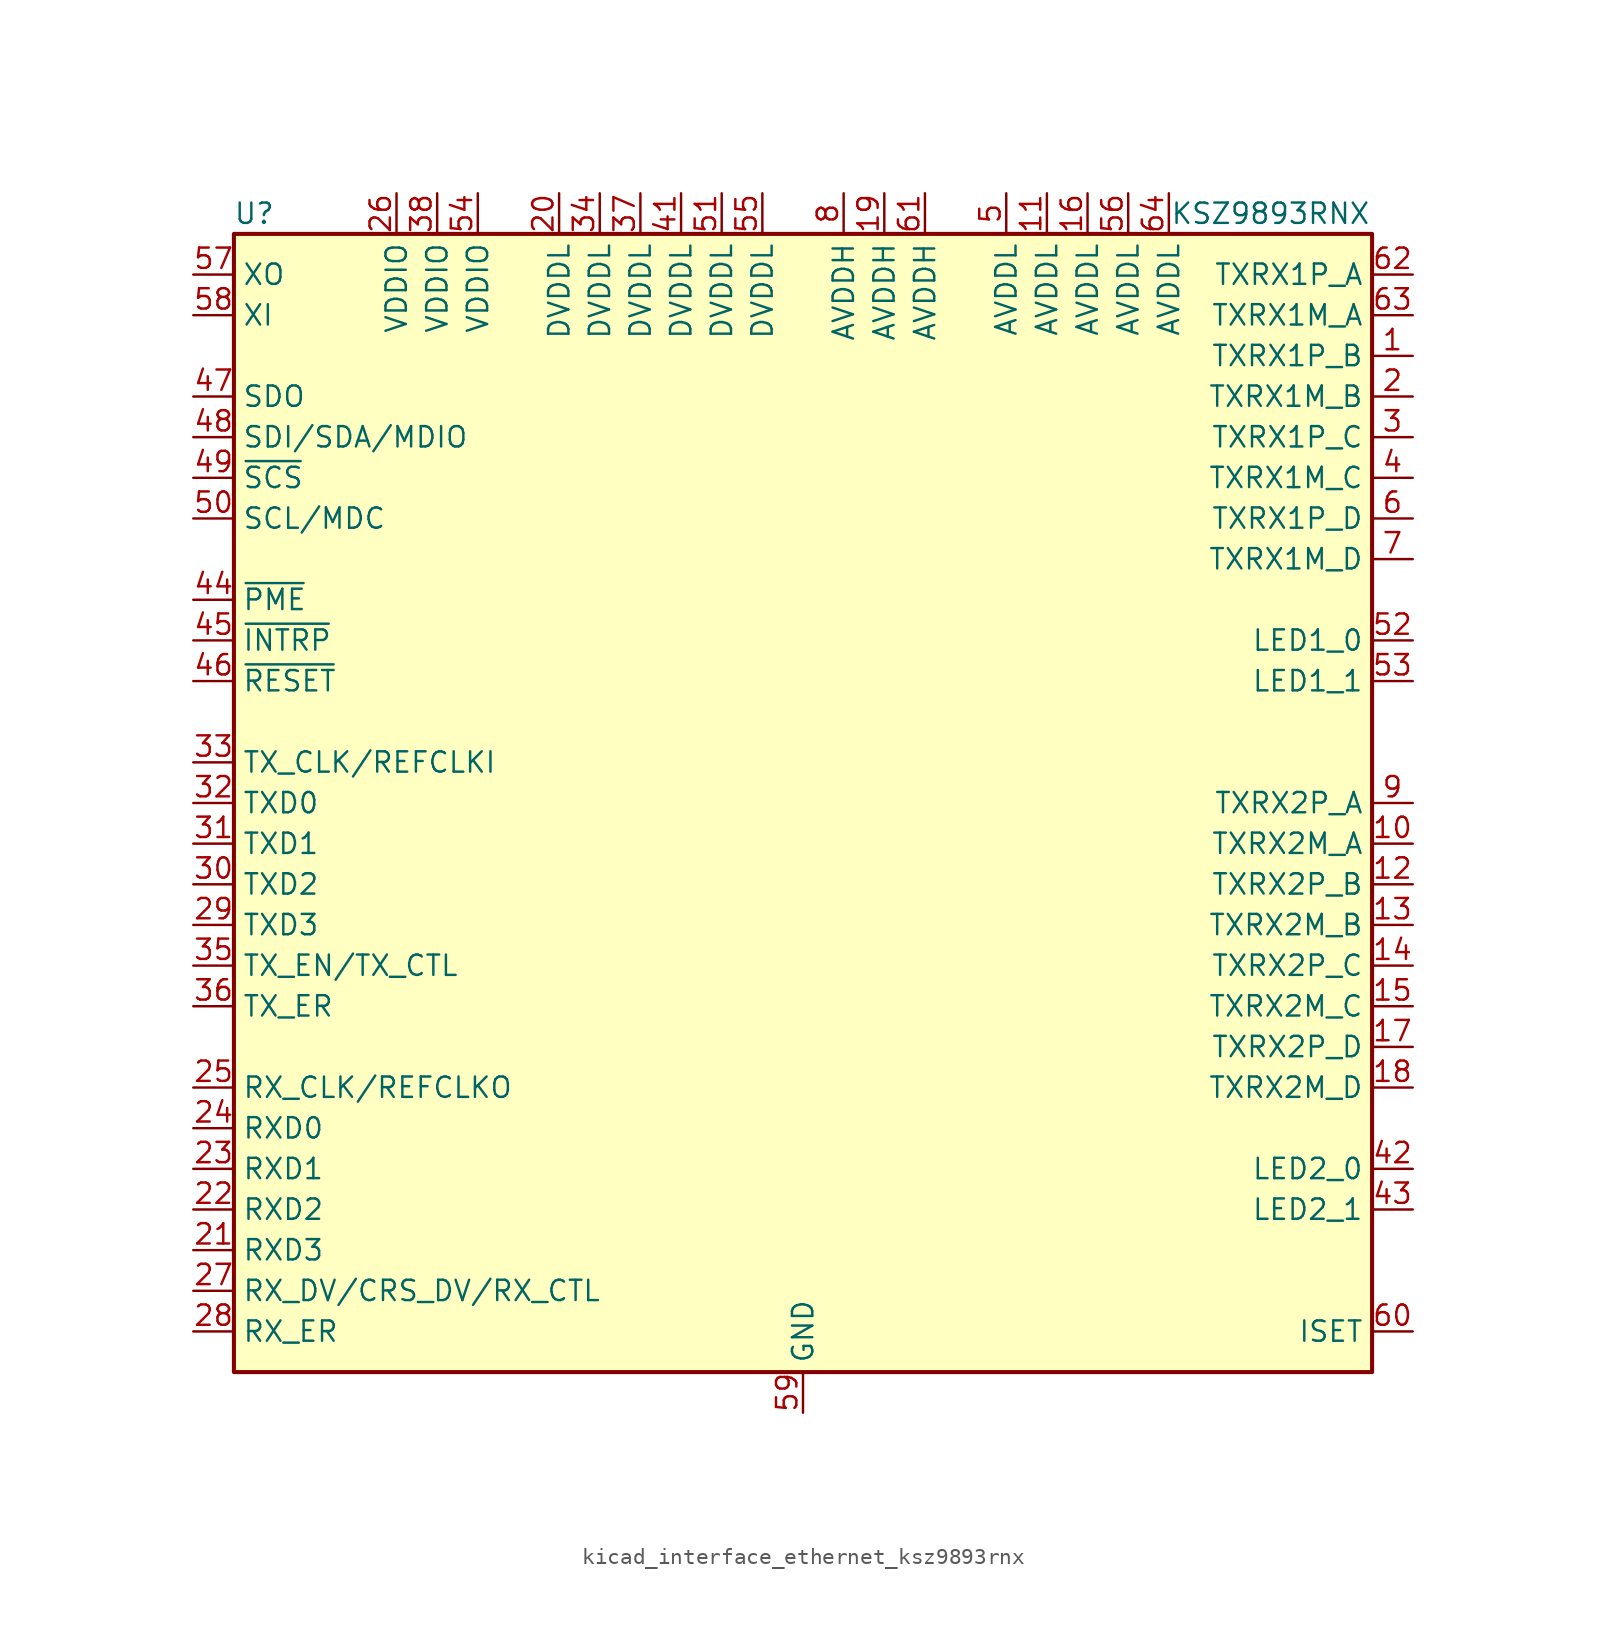
<source format=kicad_sym>
(kicad_symbol_lib
  (version 20220914)
  (generator kicad_symbol_editor)
  (symbol "kicad_interface_ethernet_ksz9893rnx"
    (property "Reference" "U"
      (at -34.29 36.83 0)
      (effects (font (size 1.27 1.27))))
    (property "Value" "KSZ9893RNX"
      (at 29.21 36.83 0)
      (effects (font (size 1.27 1.27))))
    (symbol "kicad_interface_ethernet_ksz9893rnx_0_1"
      (rectangle (start 35.56 -35.56) (end -35.56 35.56) (stroke (width 0.254) (type default)) (fill (type background))))
    (symbol "kicad_interface_ethernet_ksz9893rnx_1_1"
      (pin passive line (at 38.1 27.94 180) (length 2.54) (name "TXRX1P_B" (effects (font (size 1.27 1.27)))) (number "1" (effects (font (size 1.27 1.27)))))
      (pin passive line (at 38.1 -2.54 180) (length 2.54) (name "TXRX2M_A" (effects (font (size 1.27 1.27)))) (number "10" (effects (font (size 1.27 1.27)))))
      (pin power_in line (at 15.24 38.1 270) (length 2.54) (name "AVDDL" (effects (font (size 1.27 1.27)))) (number "11" (effects (font (size 1.27 1.27)))))
      (pin passive line (at 38.1 -5.08 180) (length 2.54) (name "TXRX2P_B" (effects (font (size 1.27 1.27)))) (number "12" (effects (font (size 1.27 1.27)))))
      (pin passive line (at 38.1 -7.62 180) (length 2.54) (name "TXRX2M_B" (effects (font (size 1.27 1.27)))) (number "13" (effects (font (size 1.27 1.27)))))
      (pin passive line (at 38.1 -10.16 180) (length 2.54) (name "TXRX2P_C" (effects (font (size 1.27 1.27)))) (number "14" (effects (font (size 1.27 1.27)))))
      (pin passive line (at 38.1 -12.7 180) (length 2.54) (name "TXRX2M_C" (effects (font (size 1.27 1.27)))) (number "15" (effects (font (size 1.27 1.27)))))
      (pin power_in line (at 17.78 38.1 270) (length 2.54) (name "AVDDL" (effects (font (size 1.27 1.27)))) (number "16" (effects (font (size 1.27 1.27)))))
      (pin passive line (at 38.1 -15.24 180) (length 2.54) (name "TXRX2P_D" (effects (font (size 1.27 1.27)))) (number "17" (effects (font (size 1.27 1.27)))))
      (pin passive line (at 38.1 -17.78 180) (length 2.54) (name "TXRX2M_D" (effects (font (size 1.27 1.27)))) (number "18" (effects (font (size 1.27 1.27)))))
      (pin power_in line (at 5.08 38.1 270) (length 2.54) (name "AVDDH" (effects (font (size 1.27 1.27)))) (number "19" (effects (font (size 1.27 1.27)))))
      (pin passive line (at 38.1 25.4 180) (length 2.54) (name "TXRX1M_B" (effects (font (size 1.27 1.27)))) (number "2" (effects (font (size 1.27 1.27)))))
      (pin power_in line (at -15.24 38.1 270) (length 2.54) (name "DVDDL" (effects (font (size 1.27 1.27)))) (number "20" (effects (font (size 1.27 1.27)))))
      (pin output line (at -38.1 -27.94 0) (length 2.54) (name "RXD3" (effects (font (size 1.27 1.27)))) (number "21" (effects (font (size 1.27 1.27)))))
      (pin output line (at -38.1 -25.4 0) (length 2.54) (name "RXD2" (effects (font (size 1.27 1.27)))) (number "22" (effects (font (size 1.27 1.27)))))
      (pin output line (at -38.1 -22.86 0) (length 2.54) (name "RXD1" (effects (font (size 1.27 1.27)))) (number "23" (effects (font (size 1.27 1.27)))))
      (pin output line (at -38.1 -20.32 0) (length 2.54) (name "RXD0" (effects (font (size 1.27 1.27)))) (number "24" (effects (font (size 1.27 1.27)))))
      (pin output line (at -38.1 -17.78 0) (length 2.54) (name "RX_CLK/REFCLKO" (effects (font (size 1.27 1.27)))) (number "25" (effects (font (size 1.27 1.27)))))
      (pin power_in line (at -25.4 38.1 270) (length 2.54) (name "VDDIO" (effects (font (size 1.27 1.27)))) (number "26" (effects (font (size 1.27 1.27)))))
      (pin output line (at -38.1 -30.48 0) (length 2.54) (name "RX_DV/CRS_DV/RX_CTL" (effects (font (size 1.27 1.27)))) (number "27" (effects (font (size 1.27 1.27)))))
      (pin output line (at -38.1 -33.02 0) (length 2.54) (name "RX_ER" (effects (font (size 1.27 1.27)))) (number "28" (effects (font (size 1.27 1.27)))))
      (pin input line (at -38.1 -7.62 0) (length 2.54) (name "TXD3" (effects (font (size 1.27 1.27)))) (number "29" (effects (font (size 1.27 1.27)))))
      (pin passive line (at 38.1 22.86 180) (length 2.54) (name "TXRX1P_C" (effects (font (size 1.27 1.27)))) (number "3" (effects (font (size 1.27 1.27)))))
      (pin input line (at -38.1 -5.08 0) (length 2.54) (name "TXD2" (effects (font (size 1.27 1.27)))) (number "30" (effects (font (size 1.27 1.27)))))
      (pin input line (at -38.1 -2.54 0) (length 2.54) (name "TXD1" (effects (font (size 1.27 1.27)))) (number "31" (effects (font (size 1.27 1.27)))))
      (pin input line (at -38.1 0 0) (length 2.54) (name "TXD0" (effects (font (size 1.27 1.27)))) (number "32" (effects (font (size 1.27 1.27)))))
      (pin input line (at -38.1 2.54 0) (length 2.54) (name "TX_CLK/REFCLKI" (effects (font (size 1.27 1.27)))) (number "33" (effects (font (size 1.27 1.27)))))
      (pin power_in line (at -12.7 38.1 270) (length 2.54) (name "DVDDL" (effects (font (size 1.27 1.27)))) (number "34" (effects (font (size 1.27 1.27)))))
      (pin input line (at -38.1 -10.16 0) (length 2.54) (name "TX_EN/TX_CTL" (effects (font (size 1.27 1.27)))) (number "35" (effects (font (size 1.27 1.27)))))
      (pin input line (at -38.1 -12.7 0) (length 2.54) (name "TX_ER" (effects (font (size 1.27 1.27)))) (number "36" (effects (font (size 1.27 1.27)))))
      (pin power_in line (at -10.16 38.1 270) (length 2.54) (name "DVDDL" (effects (font (size 1.27 1.27)))) (number "37" (effects (font (size 1.27 1.27)))))
      (pin power_in line (at -22.86 38.1 270) (length 2.54) (name "VDDIO" (effects (font (size 1.27 1.27)))) (number "38" (effects (font (size 1.27 1.27)))))
      (pin no_connect line (at 35.56 2.54 180) (length 2.54) hide (name "NC" (effects (font (size 1.27 1.27)))) (number "39" (effects (font (size 1.27 1.27)))))
      (pin passive line (at 38.1 20.32 180) (length 2.54) (name "TXRX1M_C" (effects (font (size 1.27 1.27)))) (number "4" (effects (font (size 1.27 1.27)))))
      (pin no_connect line (at 35.56 5.08 180) (length 2.54) hide (name "NC" (effects (font (size 1.27 1.27)))) (number "40" (effects (font (size 1.27 1.27)))))
      (pin power_in line (at -7.62 38.1 270) (length 2.54) (name "DVDDL" (effects (font (size 1.27 1.27)))) (number "41" (effects (font (size 1.27 1.27)))))
      (pin output line (at 38.1 -22.86 180) (length 2.54) (name "LED2_0" (effects (font (size 1.27 1.27)))) (number "42" (effects (font (size 1.27 1.27)))))
      (pin output line (at 38.1 -25.4 180) (length 2.54) (name "LED2_1" (effects (font (size 1.27 1.27)))) (number "43" (effects (font (size 1.27 1.27)))))
      (pin output line (at -38.1 12.7 0) (length 2.54) (name "~{PME}" (effects (font (size 1.27 1.27)))) (number "44" (effects (font (size 1.27 1.27)))))
      (pin output line (at -38.1 10.16 0) (length 2.54) (name "~{INTRP}" (effects (font (size 1.27 1.27)))) (number "45" (effects (font (size 1.27 1.27)))))
      (pin input line (at -38.1 7.62 0) (length 2.54) (name "~{RESET}" (effects (font (size 1.27 1.27)))) (number "46" (effects (font (size 1.27 1.27)))))
      (pin output line (at -38.1 25.4 0) (length 2.54) (name "SDO" (effects (font (size 1.27 1.27)))) (number "47" (effects (font (size 1.27 1.27)))))
      (pin bidirectional line (at -38.1 22.86 0) (length 2.54) (name "SDI/SDA/MDIO" (effects (font (size 1.27 1.27)))) (number "48" (effects (font (size 1.27 1.27)))))
      (pin input line (at -38.1 20.32 0) (length 2.54) (name "~{SCS}" (effects (font (size 1.27 1.27)))) (number "49" (effects (font (size 1.27 1.27)))))
      (pin power_in line (at 12.7 38.1 270) (length 2.54) (name "AVDDL" (effects (font (size 1.27 1.27)))) (number "5" (effects (font (size 1.27 1.27)))))
      (pin input line (at -38.1 17.78 0) (length 2.54) (name "SCL/MDC" (effects (font (size 1.27 1.27)))) (number "50" (effects (font (size 1.27 1.27)))))
      (pin power_in line (at -5.08 38.1 270) (length 2.54) (name "DVDDL" (effects (font (size 1.27 1.27)))) (number "51" (effects (font (size 1.27 1.27)))))
      (pin output line (at 38.1 10.16 180) (length 2.54) (name "LED1_0" (effects (font (size 1.27 1.27)))) (number "52" (effects (font (size 1.27 1.27)))))
      (pin output line (at 38.1 7.62 180) (length 2.54) (name "LED1_1" (effects (font (size 1.27 1.27)))) (number "53" (effects (font (size 1.27 1.27)))))
      (pin power_in line (at -20.32 38.1 270) (length 2.54) (name "VDDIO" (effects (font (size 1.27 1.27)))) (number "54" (effects (font (size 1.27 1.27)))))
      (pin power_in line (at -2.54 38.1 270) (length 2.54) (name "DVDDL" (effects (font (size 1.27 1.27)))) (number "55" (effects (font (size 1.27 1.27)))))
      (pin power_in line (at 20.32 38.1 270) (length 2.54) (name "AVDDL" (effects (font (size 1.27 1.27)))) (number "56" (effects (font (size 1.27 1.27)))))
      (pin output line (at -38.1 33.02 0) (length 2.54) (name "XO" (effects (font (size 1.27 1.27)))) (number "57" (effects (font (size 1.27 1.27)))))
      (pin input line (at -38.1 30.48 0) (length 2.54) (name "XI" (effects (font (size 1.27 1.27)))) (number "58" (effects (font (size 1.27 1.27)))))
      (pin power_in line (at 0 -38.1 90) (length 2.54) (name "GND" (effects (font (size 1.27 1.27)))) (number "59" (effects (font (size 1.27 1.27)))))
      (pin passive line (at 38.1 17.78 180) (length 2.54) (name "TXRX1P_D" (effects (font (size 1.27 1.27)))) (number "6" (effects (font (size 1.27 1.27)))))
      (pin passive line (at 38.1 -33.02 180) (length 2.54) (name "ISET" (effects (font (size 1.27 1.27)))) (number "60" (effects (font (size 1.27 1.27)))))
      (pin power_in line (at 7.62 38.1 270) (length 2.54) (name "AVDDH" (effects (font (size 1.27 1.27)))) (number "61" (effects (font (size 1.27 1.27)))))
      (pin passive line (at 38.1 33.02 180) (length 2.54) (name "TXRX1P_A" (effects (font (size 1.27 1.27)))) (number "62" (effects (font (size 1.27 1.27)))))
      (pin passive line (at 38.1 30.48 180) (length 2.54) (name "TXRX1M_A" (effects (font (size 1.27 1.27)))) (number "63" (effects (font (size 1.27 1.27)))))
      (pin power_in line (at 22.86 38.1 270) (length 2.54) (name "AVDDL" (effects (font (size 1.27 1.27)))) (number "64" (effects (font (size 1.27 1.27)))))
      (pin passive line (at 0 -38.1 90) (length 2.54) hide (name "GND" (effects (font (size 1.27 1.27)))) (number "65" (effects (font (size 1.27 1.27)))))
      (pin passive line (at 38.1 15.24 180) (length 2.54) (name "TXRX1M_D" (effects (font (size 1.27 1.27)))) (number "7" (effects (font (size 1.27 1.27)))))
      (pin power_in line (at 2.54 38.1 270) (length 2.54) (name "AVDDH" (effects (font (size 1.27 1.27)))) (number "8" (effects (font (size 1.27 1.27)))))
      (pin passive line (at 38.1 0 180) (length 2.54) (name "TXRX2P_A" (effects (font (size 1.27 1.27)))) (number "9" (effects (font (size 1.27 1.27))))))))
</source>
